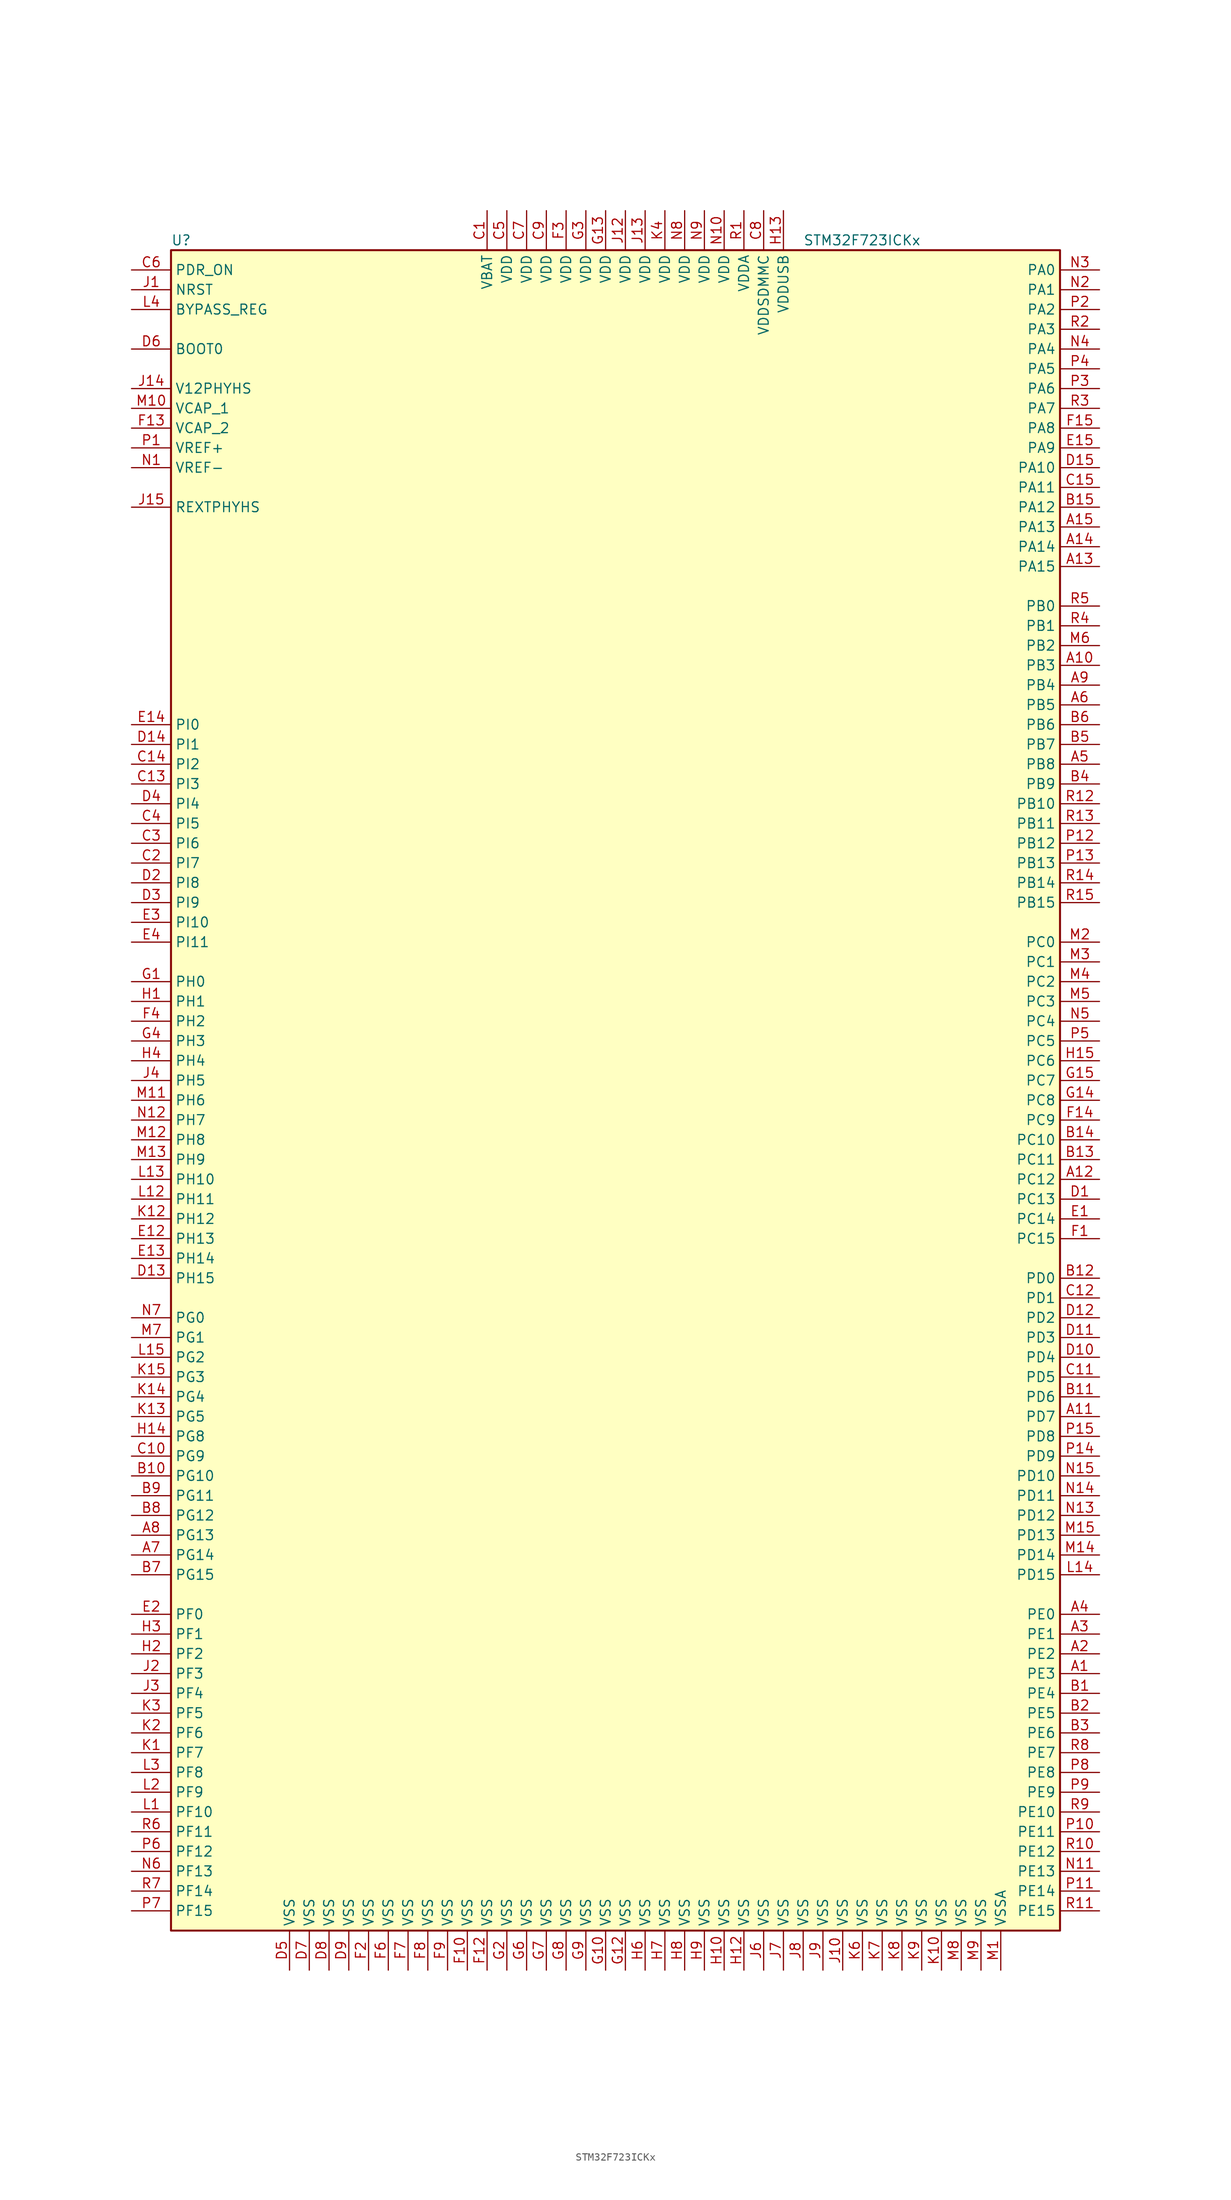
<source format=kicad_sym>
(kicad_symbol_lib
  (version 20201005)
  (generator kicad_symbol_editor)
  (symbol "STM32F723ICKx"
    (property "Reference" "U"
      (at -58.42 107.95 0)
      (effects (font (size 1.27 1.27)) (justify left)))
    (property "Value" "STM32F723ICKx"
      (at 22.86 107.95 0)
      (effects (font (size 1.27 1.27)) (justify left)))
    (symbol "STM32F723ICKx_0_1"
      (rectangle (start -58.42 -109.22) (end 55.88 106.68) (stroke (width 0.254)) (fill (type background))))
    (symbol "STM32F723ICKx_1_1"
      (pin input line (at -63.5 93.98 0) (length 5.08) (name "BOOT0" (effects (font (size 1.27 1.27)))) (number "D6" (effects (font (size 1.27 1.27)))))
      (pin input line (at -63.5 99.06 0) (length 5.08) (name "BYPASS_REG" (effects (font (size 1.27 1.27)))) (number "L4" (effects (font (size 1.27 1.27)))))
      (pin input line (at -63.5 101.6 0) (length 5.08) (name "NRST" (effects (font (size 1.27 1.27)))) (number "J1" (effects (font (size 1.27 1.27)))))
      (pin bidirectional line (at 60.96 104.14 180) (length 5.08) (name "PA0" (effects (font (size 1.27 1.27)))) (number "N3" (effects (font (size 1.27 1.27)))))
      (pin bidirectional line (at 60.96 101.6 180) (length 5.08) (name "PA1" (effects (font (size 1.27 1.27)))) (number "N2" (effects (font (size 1.27 1.27)))))
      (pin bidirectional line (at 60.96 78.74 180) (length 5.08) (name "PA10" (effects (font (size 1.27 1.27)))) (number "D15" (effects (font (size 1.27 1.27)))))
      (pin bidirectional line (at 60.96 76.2 180) (length 5.08) (name "PA11" (effects (font (size 1.27 1.27)))) (number "C15" (effects (font (size 1.27 1.27)))))
      (pin bidirectional line (at 60.96 73.66 180) (length 5.08) (name "PA12" (effects (font (size 1.27 1.27)))) (number "B15" (effects (font (size 1.27 1.27)))))
      (pin bidirectional line (at 60.96 71.12 180) (length 5.08) (name "PA13" (effects (font (size 1.27 1.27)))) (number "A15" (effects (font (size 1.27 1.27)))))
      (pin bidirectional line (at 60.96 68.58 180) (length 5.08) (name "PA14" (effects (font (size 1.27 1.27)))) (number "A14" (effects (font (size 1.27 1.27)))))
      (pin bidirectional line (at 60.96 66.04 180) (length 5.08) (name "PA15" (effects (font (size 1.27 1.27)))) (number "A13" (effects (font (size 1.27 1.27)))))
      (pin bidirectional line (at 60.96 99.06 180) (length 5.08) (name "PA2" (effects (font (size 1.27 1.27)))) (number "P2" (effects (font (size 1.27 1.27)))))
      (pin bidirectional line (at 60.96 96.52 180) (length 5.08) (name "PA3" (effects (font (size 1.27 1.27)))) (number "R2" (effects (font (size 1.27 1.27)))))
      (pin bidirectional line (at 60.96 93.98 180) (length 5.08) (name "PA4" (effects (font (size 1.27 1.27)))) (number "N4" (effects (font (size 1.27 1.27)))))
      (pin bidirectional line (at 60.96 91.44 180) (length 5.08) (name "PA5" (effects (font (size 1.27 1.27)))) (number "P4" (effects (font (size 1.27 1.27)))))
      (pin bidirectional line (at 60.96 88.9 180) (length 5.08) (name "PA6" (effects (font (size 1.27 1.27)))) (number "P3" (effects (font (size 1.27 1.27)))))
      (pin bidirectional line (at 60.96 86.36 180) (length 5.08) (name "PA7" (effects (font (size 1.27 1.27)))) (number "R3" (effects (font (size 1.27 1.27)))))
      (pin bidirectional line (at 60.96 83.82 180) (length 5.08) (name "PA8" (effects (font (size 1.27 1.27)))) (number "F15" (effects (font (size 1.27 1.27)))))
      (pin bidirectional line (at 60.96 81.28 180) (length 5.08) (name "PA9" (effects (font (size 1.27 1.27)))) (number "E15" (effects (font (size 1.27 1.27)))))
      (pin bidirectional line (at 60.96 60.96 180) (length 5.08) (name "PB0" (effects (font (size 1.27 1.27)))) (number "R5" (effects (font (size 1.27 1.27)))))
      (pin bidirectional line (at 60.96 58.42 180) (length 5.08) (name "PB1" (effects (font (size 1.27 1.27)))) (number "R4" (effects (font (size 1.27 1.27)))))
      (pin bidirectional line (at 60.96 35.56 180) (length 5.08) (name "PB10" (effects (font (size 1.27 1.27)))) (number "R12" (effects (font (size 1.27 1.27)))))
      (pin bidirectional line (at 60.96 33.02 180) (length 5.08) (name "PB11" (effects (font (size 1.27 1.27)))) (number "R13" (effects (font (size 1.27 1.27)))))
      (pin bidirectional line (at 60.96 30.48 180) (length 5.08) (name "PB12" (effects (font (size 1.27 1.27)))) (number "P12" (effects (font (size 1.27 1.27)))))
      (pin bidirectional line (at 60.96 27.94 180) (length 5.08) (name "PB13" (effects (font (size 1.27 1.27)))) (number "P13" (effects (font (size 1.27 1.27)))))
      (pin bidirectional line (at 60.96 25.4 180) (length 5.08) (name "PB14" (effects (font (size 1.27 1.27)))) (number "R14" (effects (font (size 1.27 1.27)))))
      (pin bidirectional line (at 60.96 22.86 180) (length 5.08) (name "PB15" (effects (font (size 1.27 1.27)))) (number "R15" (effects (font (size 1.27 1.27)))))
      (pin bidirectional line (at 60.96 55.88 180) (length 5.08) (name "PB2" (effects (font (size 1.27 1.27)))) (number "M6" (effects (font (size 1.27 1.27)))))
      (pin bidirectional line (at 60.96 53.34 180) (length 5.08) (name "PB3" (effects (font (size 1.27 1.27)))) (number "A10" (effects (font (size 1.27 1.27)))))
      (pin bidirectional line (at 60.96 50.8 180) (length 5.08) (name "PB4" (effects (font (size 1.27 1.27)))) (number "A9" (effects (font (size 1.27 1.27)))))
      (pin bidirectional line (at 60.96 48.26 180) (length 5.08) (name "PB5" (effects (font (size 1.27 1.27)))) (number "A6" (effects (font (size 1.27 1.27)))))
      (pin bidirectional line (at 60.96 45.72 180) (length 5.08) (name "PB6" (effects (font (size 1.27 1.27)))) (number "B6" (effects (font (size 1.27 1.27)))))
      (pin bidirectional line (at 60.96 43.18 180) (length 5.08) (name "PB7" (effects (font (size 1.27 1.27)))) (number "B5" (effects (font (size 1.27 1.27)))))
      (pin bidirectional line (at 60.96 40.64 180) (length 5.08) (name "PB8" (effects (font (size 1.27 1.27)))) (number "A5" (effects (font (size 1.27 1.27)))))
      (pin bidirectional line (at 60.96 38.1 180) (length 5.08) (name "PB9" (effects (font (size 1.27 1.27)))) (number "B4" (effects (font (size 1.27 1.27)))))
      (pin bidirectional line (at 60.96 17.78 180) (length 5.08) (name "PC0" (effects (font (size 1.27 1.27)))) (number "M2" (effects (font (size 1.27 1.27)))))
      (pin bidirectional line (at 60.96 15.24 180) (length 5.08) (name "PC1" (effects (font (size 1.27 1.27)))) (number "M3" (effects (font (size 1.27 1.27)))))
      (pin bidirectional line (at 60.96 -7.62 180) (length 5.08) (name "PC10" (effects (font (size 1.27 1.27)))) (number "B14" (effects (font (size 1.27 1.27)))))
      (pin bidirectional line (at 60.96 -10.16 180) (length 5.08) (name "PC11" (effects (font (size 1.27 1.27)))) (number "B13" (effects (font (size 1.27 1.27)))))
      (pin bidirectional line (at 60.96 -12.7 180) (length 5.08) (name "PC12" (effects (font (size 1.27 1.27)))) (number "A12" (effects (font (size 1.27 1.27)))))
      (pin bidirectional line (at 60.96 -15.24 180) (length 5.08) (name "PC13" (effects (font (size 1.27 1.27)))) (number "D1" (effects (font (size 1.27 1.27)))))
      (pin bidirectional line (at 60.96 -17.78 180) (length 5.08) (name "PC14" (effects (font (size 1.27 1.27)))) (number "E1" (effects (font (size 1.27 1.27)))))
      (pin bidirectional line (at 60.96 -20.32 180) (length 5.08) (name "PC15" (effects (font (size 1.27 1.27)))) (number "F1" (effects (font (size 1.27 1.27)))))
      (pin bidirectional line (at 60.96 12.7 180) (length 5.08) (name "PC2" (effects (font (size 1.27 1.27)))) (number "M4" (effects (font (size 1.27 1.27)))))
      (pin bidirectional line (at 60.96 10.16 180) (length 5.08) (name "PC3" (effects (font (size 1.27 1.27)))) (number "M5" (effects (font (size 1.27 1.27)))))
      (pin bidirectional line (at 60.96 7.62 180) (length 5.08) (name "PC4" (effects (font (size 1.27 1.27)))) (number "N5" (effects (font (size 1.27 1.27)))))
      (pin bidirectional line (at 60.96 5.08 180) (length 5.08) (name "PC5" (effects (font (size 1.27 1.27)))) (number "P5" (effects (font (size 1.27 1.27)))))
      (pin bidirectional line (at 60.96 2.54 180) (length 5.08) (name "PC6" (effects (font (size 1.27 1.27)))) (number "H15" (effects (font (size 1.27 1.27)))))
      (pin bidirectional line (at 60.96 0 180) (length 5.08) (name "PC7" (effects (font (size 1.27 1.27)))) (number "G15" (effects (font (size 1.27 1.27)))))
      (pin bidirectional line (at 60.96 -2.54 180) (length 5.08) (name "PC8" (effects (font (size 1.27 1.27)))) (number "G14" (effects (font (size 1.27 1.27)))))
      (pin bidirectional line (at 60.96 -5.08 180) (length 5.08) (name "PC9" (effects (font (size 1.27 1.27)))) (number "F14" (effects (font (size 1.27 1.27)))))
      (pin bidirectional line (at 60.96 -25.4 180) (length 5.08) (name "PD0" (effects (font (size 1.27 1.27)))) (number "B12" (effects (font (size 1.27 1.27)))))
      (pin bidirectional line (at 60.96 -27.94 180) (length 5.08) (name "PD1" (effects (font (size 1.27 1.27)))) (number "C12" (effects (font (size 1.27 1.27)))))
      (pin bidirectional line (at 60.96 -50.8 180) (length 5.08) (name "PD10" (effects (font (size 1.27 1.27)))) (number "N15" (effects (font (size 1.27 1.27)))))
      (pin bidirectional line (at 60.96 -53.34 180) (length 5.08) (name "PD11" (effects (font (size 1.27 1.27)))) (number "N14" (effects (font (size 1.27 1.27)))))
      (pin bidirectional line (at 60.96 -55.88 180) (length 5.08) (name "PD12" (effects (font (size 1.27 1.27)))) (number "N13" (effects (font (size 1.27 1.27)))))
      (pin bidirectional line (at 60.96 -58.42 180) (length 5.08) (name "PD13" (effects (font (size 1.27 1.27)))) (number "M15" (effects (font (size 1.27 1.27)))))
      (pin bidirectional line (at 60.96 -60.96 180) (length 5.08) (name "PD14" (effects (font (size 1.27 1.27)))) (number "M14" (effects (font (size 1.27 1.27)))))
      (pin bidirectional line (at 60.96 -63.5 180) (length 5.08) (name "PD15" (effects (font (size 1.27 1.27)))) (number "L14" (effects (font (size 1.27 1.27)))))
      (pin bidirectional line (at 60.96 -30.48 180) (length 5.08) (name "PD2" (effects (font (size 1.27 1.27)))) (number "D12" (effects (font (size 1.27 1.27)))))
      (pin bidirectional line (at 60.96 -33.02 180) (length 5.08) (name "PD3" (effects (font (size 1.27 1.27)))) (number "D11" (effects (font (size 1.27 1.27)))))
      (pin bidirectional line (at 60.96 -35.56 180) (length 5.08) (name "PD4" (effects (font (size 1.27 1.27)))) (number "D10" (effects (font (size 1.27 1.27)))))
      (pin bidirectional line (at 60.96 -38.1 180) (length 5.08) (name "PD5" (effects (font (size 1.27 1.27)))) (number "C11" (effects (font (size 1.27 1.27)))))
      (pin bidirectional line (at 60.96 -40.64 180) (length 5.08) (name "PD6" (effects (font (size 1.27 1.27)))) (number "B11" (effects (font (size 1.27 1.27)))))
      (pin bidirectional line (at 60.96 -43.18 180) (length 5.08) (name "PD7" (effects (font (size 1.27 1.27)))) (number "A11" (effects (font (size 1.27 1.27)))))
      (pin bidirectional line (at 60.96 -45.72 180) (length 5.08) (name "PD8" (effects (font (size 1.27 1.27)))) (number "P15" (effects (font (size 1.27 1.27)))))
      (pin bidirectional line (at 60.96 -48.26 180) (length 5.08) (name "PD9" (effects (font (size 1.27 1.27)))) (number "P14" (effects (font (size 1.27 1.27)))))
      (pin input line (at -63.5 104.14 0) (length 5.08) (name "PDR_ON" (effects (font (size 1.27 1.27)))) (number "C6" (effects (font (size 1.27 1.27)))))
      (pin bidirectional line (at 60.96 -68.58 180) (length 5.08) (name "PE0" (effects (font (size 1.27 1.27)))) (number "A4" (effects (font (size 1.27 1.27)))))
      (pin bidirectional line (at 60.96 -71.12 180) (length 5.08) (name "PE1" (effects (font (size 1.27 1.27)))) (number "A3" (effects (font (size 1.27 1.27)))))
      (pin bidirectional line (at 60.96 -93.98 180) (length 5.08) (name "PE10" (effects (font (size 1.27 1.27)))) (number "R9" (effects (font (size 1.27 1.27)))))
      (pin bidirectional line (at 60.96 -96.52 180) (length 5.08) (name "PE11" (effects (font (size 1.27 1.27)))) (number "P10" (effects (font (size 1.27 1.27)))))
      (pin bidirectional line (at 60.96 -99.06 180) (length 5.08) (name "PE12" (effects (font (size 1.27 1.27)))) (number "R10" (effects (font (size 1.27 1.27)))))
      (pin bidirectional line (at 60.96 -101.6 180) (length 5.08) (name "PE13" (effects (font (size 1.27 1.27)))) (number "N11" (effects (font (size 1.27 1.27)))))
      (pin bidirectional line (at 60.96 -104.14 180) (length 5.08) (name "PE14" (effects (font (size 1.27 1.27)))) (number "P11" (effects (font (size 1.27 1.27)))))
      (pin bidirectional line (at 60.96 -106.68 180) (length 5.08) (name "PE15" (effects (font (size 1.27 1.27)))) (number "R11" (effects (font (size 1.27 1.27)))))
      (pin bidirectional line (at 60.96 -73.66 180) (length 5.08) (name "PE2" (effects (font (size 1.27 1.27)))) (number "A2" (effects (font (size 1.27 1.27)))))
      (pin bidirectional line (at 60.96 -76.2 180) (length 5.08) (name "PE3" (effects (font (size 1.27 1.27)))) (number "A1" (effects (font (size 1.27 1.27)))))
      (pin bidirectional line (at 60.96 -78.74 180) (length 5.08) (name "PE4" (effects (font (size 1.27 1.27)))) (number "B1" (effects (font (size 1.27 1.27)))))
      (pin bidirectional line (at 60.96 -81.28 180) (length 5.08) (name "PE5" (effects (font (size 1.27 1.27)))) (number "B2" (effects (font (size 1.27 1.27)))))
      (pin bidirectional line (at 60.96 -83.82 180) (length 5.08) (name "PE6" (effects (font (size 1.27 1.27)))) (number "B3" (effects (font (size 1.27 1.27)))))
      (pin bidirectional line (at 60.96 -86.36 180) (length 5.08) (name "PE7" (effects (font (size 1.27 1.27)))) (number "R8" (effects (font (size 1.27 1.27)))))
      (pin bidirectional line (at 60.96 -88.9 180) (length 5.08) (name "PE8" (effects (font (size 1.27 1.27)))) (number "P8" (effects (font (size 1.27 1.27)))))
      (pin bidirectional line (at 60.96 -91.44 180) (length 5.08) (name "PE9" (effects (font (size 1.27 1.27)))) (number "P9" (effects (font (size 1.27 1.27)))))
      (pin bidirectional line (at -63.5 -68.58 0) (length 5.08) (name "PF0" (effects (font (size 1.27 1.27)))) (number "E2" (effects (font (size 1.27 1.27)))))
      (pin bidirectional line (at -63.5 -71.12 0) (length 5.08) (name "PF1" (effects (font (size 1.27 1.27)))) (number "H3" (effects (font (size 1.27 1.27)))))
      (pin bidirectional line (at -63.5 -93.98 0) (length 5.08) (name "PF10" (effects (font (size 1.27 1.27)))) (number "L1" (effects (font (size 1.27 1.27)))))
      (pin bidirectional line (at -63.5 -96.52 0) (length 5.08) (name "PF11" (effects (font (size 1.27 1.27)))) (number "R6" (effects (font (size 1.27 1.27)))))
      (pin bidirectional line (at -63.5 -99.06 0) (length 5.08) (name "PF12" (effects (font (size 1.27 1.27)))) (number "P6" (effects (font (size 1.27 1.27)))))
      (pin bidirectional line (at -63.5 -101.6 0) (length 5.08) (name "PF13" (effects (font (size 1.27 1.27)))) (number "N6" (effects (font (size 1.27 1.27)))))
      (pin bidirectional line (at -63.5 -104.14 0) (length 5.08) (name "PF14" (effects (font (size 1.27 1.27)))) (number "R7" (effects (font (size 1.27 1.27)))))
      (pin bidirectional line (at -63.5 -106.68 0) (length 5.08) (name "PF15" (effects (font (size 1.27 1.27)))) (number "P7" (effects (font (size 1.27 1.27)))))
      (pin bidirectional line (at -63.5 -73.66 0) (length 5.08) (name "PF2" (effects (font (size 1.27 1.27)))) (number "H2" (effects (font (size 1.27 1.27)))))
      (pin bidirectional line (at -63.5 -76.2 0) (length 5.08) (name "PF3" (effects (font (size 1.27 1.27)))) (number "J2" (effects (font (size 1.27 1.27)))))
      (pin bidirectional line (at -63.5 -78.74 0) (length 5.08) (name "PF4" (effects (font (size 1.27 1.27)))) (number "J3" (effects (font (size 1.27 1.27)))))
      (pin bidirectional line (at -63.5 -81.28 0) (length 5.08) (name "PF5" (effects (font (size 1.27 1.27)))) (number "K3" (effects (font (size 1.27 1.27)))))
      (pin bidirectional line (at -63.5 -83.82 0) (length 5.08) (name "PF6" (effects (font (size 1.27 1.27)))) (number "K2" (effects (font (size 1.27 1.27)))))
      (pin bidirectional line (at -63.5 -86.36 0) (length 5.08) (name "PF7" (effects (font (size 1.27 1.27)))) (number "K1" (effects (font (size 1.27 1.27)))))
      (pin bidirectional line (at -63.5 -88.9 0) (length 5.08) (name "PF8" (effects (font (size 1.27 1.27)))) (number "L3" (effects (font (size 1.27 1.27)))))
      (pin bidirectional line (at -63.5 -91.44 0) (length 5.08) (name "PF9" (effects (font (size 1.27 1.27)))) (number "L2" (effects (font (size 1.27 1.27)))))
      (pin bidirectional line (at -63.5 -30.48 0) (length 5.08) (name "PG0" (effects (font (size 1.27 1.27)))) (number "N7" (effects (font (size 1.27 1.27)))))
      (pin bidirectional line (at -63.5 -33.02 0) (length 5.08) (name "PG1" (effects (font (size 1.27 1.27)))) (number "M7" (effects (font (size 1.27 1.27)))))
      (pin bidirectional line (at -63.5 -50.8 0) (length 5.08) (name "PG10" (effects (font (size 1.27 1.27)))) (number "B10" (effects (font (size 1.27 1.27)))))
      (pin bidirectional line (at -63.5 -53.34 0) (length 5.08) (name "PG11" (effects (font (size 1.27 1.27)))) (number "B9" (effects (font (size 1.27 1.27)))))
      (pin bidirectional line (at -63.5 -55.88 0) (length 5.08) (name "PG12" (effects (font (size 1.27 1.27)))) (number "B8" (effects (font (size 1.27 1.27)))))
      (pin bidirectional line (at -63.5 -58.42 0) (length 5.08) (name "PG13" (effects (font (size 1.27 1.27)))) (number "A8" (effects (font (size 1.27 1.27)))))
      (pin bidirectional line (at -63.5 -60.96 0) (length 5.08) (name "PG14" (effects (font (size 1.27 1.27)))) (number "A7" (effects (font (size 1.27 1.27)))))
      (pin bidirectional line (at -63.5 -63.5 0) (length 5.08) (name "PG15" (effects (font (size 1.27 1.27)))) (number "B7" (effects (font (size 1.27 1.27)))))
      (pin bidirectional line (at -63.5 -35.56 0) (length 5.08) (name "PG2" (effects (font (size 1.27 1.27)))) (number "L15" (effects (font (size 1.27 1.27)))))
      (pin bidirectional line (at -63.5 -38.1 0) (length 5.08) (name "PG3" (effects (font (size 1.27 1.27)))) (number "K15" (effects (font (size 1.27 1.27)))))
      (pin bidirectional line (at -63.5 -40.64 0) (length 5.08) (name "PG4" (effects (font (size 1.27 1.27)))) (number "K14" (effects (font (size 1.27 1.27)))))
      (pin bidirectional line (at -63.5 -43.18 0) (length 5.08) (name "PG5" (effects (font (size 1.27 1.27)))) (number "K13" (effects (font (size 1.27 1.27)))))
      (pin bidirectional line (at -63.5 -45.72 0) (length 5.08) (name "PG8" (effects (font (size 1.27 1.27)))) (number "H14" (effects (font (size 1.27 1.27)))))
      (pin bidirectional line (at -63.5 -48.26 0) (length 5.08) (name "PG9" (effects (font (size 1.27 1.27)))) (number "C10" (effects (font (size 1.27 1.27)))))
      (pin input line (at -63.5 12.7 0) (length 5.08) (name "PH0" (effects (font (size 1.27 1.27)))) (number "G1" (effects (font (size 1.27 1.27)))))
      (pin input line (at -63.5 10.16 0) (length 5.08) (name "PH1" (effects (font (size 1.27 1.27)))) (number "H1" (effects (font (size 1.27 1.27)))))
      (pin bidirectional line (at -63.5 -12.7 0) (length 5.08) (name "PH10" (effects (font (size 1.27 1.27)))) (number "L13" (effects (font (size 1.27 1.27)))))
      (pin bidirectional line (at -63.5 -15.24 0) (length 5.08) (name "PH11" (effects (font (size 1.27 1.27)))) (number "L12" (effects (font (size 1.27 1.27)))))
      (pin bidirectional line (at -63.5 -17.78 0) (length 5.08) (name "PH12" (effects (font (size 1.27 1.27)))) (number "K12" (effects (font (size 1.27 1.27)))))
      (pin bidirectional line (at -63.5 -20.32 0) (length 5.08) (name "PH13" (effects (font (size 1.27 1.27)))) (number "E12" (effects (font (size 1.27 1.27)))))
      (pin bidirectional line (at -63.5 -22.86 0) (length 5.08) (name "PH14" (effects (font (size 1.27 1.27)))) (number "E13" (effects (font (size 1.27 1.27)))))
      (pin bidirectional line (at -63.5 -25.4 0) (length 5.08) (name "PH15" (effects (font (size 1.27 1.27)))) (number "D13" (effects (font (size 1.27 1.27)))))
      (pin bidirectional line (at -63.5 7.62 0) (length 5.08) (name "PH2" (effects (font (size 1.27 1.27)))) (number "F4" (effects (font (size 1.27 1.27)))))
      (pin bidirectional line (at -63.5 5.08 0) (length 5.08) (name "PH3" (effects (font (size 1.27 1.27)))) (number "G4" (effects (font (size 1.27 1.27)))))
      (pin bidirectional line (at -63.5 2.54 0) (length 5.08) (name "PH4" (effects (font (size 1.27 1.27)))) (number "H4" (effects (font (size 1.27 1.27)))))
      (pin bidirectional line (at -63.5 0 0) (length 5.08) (name "PH5" (effects (font (size 1.27 1.27)))) (number "J4" (effects (font (size 1.27 1.27)))))
      (pin bidirectional line (at -63.5 -2.54 0) (length 5.08) (name "PH6" (effects (font (size 1.27 1.27)))) (number "M11" (effects (font (size 1.27 1.27)))))
      (pin bidirectional line (at -63.5 -5.08 0) (length 5.08) (name "PH7" (effects (font (size 1.27 1.27)))) (number "N12" (effects (font (size 1.27 1.27)))))
      (pin bidirectional line (at -63.5 -7.62 0) (length 5.08) (name "PH8" (effects (font (size 1.27 1.27)))) (number "M12" (effects (font (size 1.27 1.27)))))
      (pin bidirectional line (at -63.5 -10.16 0) (length 5.08) (name "PH9" (effects (font (size 1.27 1.27)))) (number "M13" (effects (font (size 1.27 1.27)))))
      (pin bidirectional line (at -63.5 45.72 0) (length 5.08) (name "PI0" (effects (font (size 1.27 1.27)))) (number "E14" (effects (font (size 1.27 1.27)))))
      (pin bidirectional line (at -63.5 43.18 0) (length 5.08) (name "PI1" (effects (font (size 1.27 1.27)))) (number "D14" (effects (font (size 1.27 1.27)))))
      (pin bidirectional line (at -63.5 20.32 0) (length 5.08) (name "PI10" (effects (font (size 1.27 1.27)))) (number "E3" (effects (font (size 1.27 1.27)))))
      (pin bidirectional line (at -63.5 17.78 0) (length 5.08) (name "PI11" (effects (font (size 1.27 1.27)))) (number "E4" (effects (font (size 1.27 1.27)))))
      (pin bidirectional line (at -63.5 40.64 0) (length 5.08) (name "PI2" (effects (font (size 1.27 1.27)))) (number "C14" (effects (font (size 1.27 1.27)))))
      (pin bidirectional line (at -63.5 38.1 0) (length 5.08) (name "PI3" (effects (font (size 1.27 1.27)))) (number "C13" (effects (font (size 1.27 1.27)))))
      (pin bidirectional line (at -63.5 35.56 0) (length 5.08) (name "PI4" (effects (font (size 1.27 1.27)))) (number "D4" (effects (font (size 1.27 1.27)))))
      (pin bidirectional line (at -63.5 33.02 0) (length 5.08) (name "PI5" (effects (font (size 1.27 1.27)))) (number "C4" (effects (font (size 1.27 1.27)))))
      (pin bidirectional line (at -63.5 30.48 0) (length 5.08) (name "PI6" (effects (font (size 1.27 1.27)))) (number "C3" (effects (font (size 1.27 1.27)))))
      (pin bidirectional line (at -63.5 27.94 0) (length 5.08) (name "PI7" (effects (font (size 1.27 1.27)))) (number "C2" (effects (font (size 1.27 1.27)))))
      (pin bidirectional line (at -63.5 25.4 0) (length 5.08) (name "PI8" (effects (font (size 1.27 1.27)))) (number "D2" (effects (font (size 1.27 1.27)))))
      (pin bidirectional line (at -63.5 22.86 0) (length 5.08) (name "PI9" (effects (font (size 1.27 1.27)))) (number "D3" (effects (font (size 1.27 1.27)))))
      (pin bidirectional line (at -63.5 73.66 0) (length 5.08) (name "REXTPHYHS" (effects (font (size 1.27 1.27)))) (number "J15" (effects (font (size 1.27 1.27)))))
      (pin power_in line (at -63.5 88.9 0) (length 5.08) (name "V12PHYHS" (effects (font (size 1.27 1.27)))) (number "J14" (effects (font (size 1.27 1.27)))))
      (pin power_in line (at -17.78 111.76 270) (length 5.08) (name "VBAT" (effects (font (size 1.27 1.27)))) (number "C1" (effects (font (size 1.27 1.27)))))
      (pin power_in line (at -63.5 86.36 0) (length 5.08) (name "VCAP_1" (effects (font (size 1.27 1.27)))) (number "M10" (effects (font (size 1.27 1.27)))))
      (pin power_in line (at -63.5 83.82 0) (length 5.08) (name "VCAP_2" (effects (font (size 1.27 1.27)))) (number "F13" (effects (font (size 1.27 1.27)))))
      (pin power_in line (at -15.24 111.76 270) (length 5.08) (name "VDD" (effects (font (size 1.27 1.27)))) (number "C5" (effects (font (size 1.27 1.27)))))
      (pin power_in line (at -12.7 111.76 270) (length 5.08) (name "VDD" (effects (font (size 1.27 1.27)))) (number "C7" (effects (font (size 1.27 1.27)))))
      (pin power_in line (at -10.16 111.76 270) (length 5.08) (name "VDD" (effects (font (size 1.27 1.27)))) (number "C9" (effects (font (size 1.27 1.27)))))
      (pin power_in line (at -7.62 111.76 270) (length 5.08) (name "VDD" (effects (font (size 1.27 1.27)))) (number "F3" (effects (font (size 1.27 1.27)))))
      (pin power_in line (at -2.54 111.76 270) (length 5.08) (name "VDD" (effects (font (size 1.27 1.27)))) (number "G13" (effects (font (size 1.27 1.27)))))
      (pin power_in line (at -5.08 111.76 270) (length 5.08) (name "VDD" (effects (font (size 1.27 1.27)))) (number "G3" (effects (font (size 1.27 1.27)))))
      (pin power_in line (at 0 111.76 270) (length 5.08) (name "VDD" (effects (font (size 1.27 1.27)))) (number "J12" (effects (font (size 1.27 1.27)))))
      (pin power_in line (at 2.54 111.76 270) (length 5.08) (name "VDD" (effects (font (size 1.27 1.27)))) (number "J13" (effects (font (size 1.27 1.27)))))
      (pin power_in line (at 5.08 111.76 270) (length 5.08) (name "VDD" (effects (font (size 1.27 1.27)))) (number "K4" (effects (font (size 1.27 1.27)))))
      (pin power_in line (at 12.7 111.76 270) (length 5.08) (name "VDD" (effects (font (size 1.27 1.27)))) (number "N10" (effects (font (size 1.27 1.27)))))
      (pin power_in line (at 7.62 111.76 270) (length 5.08) (name "VDD" (effects (font (size 1.27 1.27)))) (number "N8" (effects (font (size 1.27 1.27)))))
      (pin power_in line (at 10.16 111.76 270) (length 5.08) (name "VDD" (effects (font (size 1.27 1.27)))) (number "N9" (effects (font (size 1.27 1.27)))))
      (pin power_in line (at 15.24 111.76 270) (length 5.08) (name "VDDA" (effects (font (size 1.27 1.27)))) (number "R1" (effects (font (size 1.27 1.27)))))
      (pin power_in line (at 17.78 111.76 270) (length 5.08) (name "VDDSDMMC" (effects (font (size 1.27 1.27)))) (number "C8" (effects (font (size 1.27 1.27)))))
      (pin power_in line (at 20.32 111.76 270) (length 5.08) (name "VDDUSB" (effects (font (size 1.27 1.27)))) (number "H13" (effects (font (size 1.27 1.27)))))
      (pin power_in line (at -63.5 81.28 0) (length 5.08) (name "VREF+" (effects (font (size 1.27 1.27)))) (number "P1" (effects (font (size 1.27 1.27)))))
      (pin power_in line (at -63.5 78.74 0) (length 5.08) (name "VREF-" (effects (font (size 1.27 1.27)))) (number "N1" (effects (font (size 1.27 1.27)))))
      (pin power_in line (at -43.18 -114.3 90) (length 5.08) (name "VSS" (effects (font (size 1.27 1.27)))) (number "D5" (effects (font (size 1.27 1.27)))))
      (pin power_in line (at -40.64 -114.3 90) (length 5.08) (name "VSS" (effects (font (size 1.27 1.27)))) (number "D7" (effects (font (size 1.27 1.27)))))
      (pin power_in line (at -38.1 -114.3 90) (length 5.08) (name "VSS" (effects (font (size 1.27 1.27)))) (number "D8" (effects (font (size 1.27 1.27)))))
      (pin power_in line (at -35.56 -114.3 90) (length 5.08) (name "VSS" (effects (font (size 1.27 1.27)))) (number "D9" (effects (font (size 1.27 1.27)))))
      (pin power_in line (at -20.32 -114.3 90) (length 5.08) (name "VSS" (effects (font (size 1.27 1.27)))) (number "F10" (effects (font (size 1.27 1.27)))))
      (pin power_in line (at -17.78 -114.3 90) (length 5.08) (name "VSS" (effects (font (size 1.27 1.27)))) (number "F12" (effects (font (size 1.27 1.27)))))
      (pin power_in line (at -33.02 -114.3 90) (length 5.08) (name "VSS" (effects (font (size 1.27 1.27)))) (number "F2" (effects (font (size 1.27 1.27)))))
      (pin power_in line (at -30.48 -114.3 90) (length 5.08) (name "VSS" (effects (font (size 1.27 1.27)))) (number "F6" (effects (font (size 1.27 1.27)))))
      (pin power_in line (at -27.94 -114.3 90) (length 5.08) (name "VSS" (effects (font (size 1.27 1.27)))) (number "F7" (effects (font (size 1.27 1.27)))))
      (pin power_in line (at -25.4 -114.3 90) (length 5.08) (name "VSS" (effects (font (size 1.27 1.27)))) (number "F8" (effects (font (size 1.27 1.27)))))
      (pin power_in line (at -22.86 -114.3 90) (length 5.08) (name "VSS" (effects (font (size 1.27 1.27)))) (number "F9" (effects (font (size 1.27 1.27)))))
      (pin power_in line (at -2.54 -114.3 90) (length 5.08) (name "VSS" (effects (font (size 1.27 1.27)))) (number "G10" (effects (font (size 1.27 1.27)))))
      (pin power_in line (at 0 -114.3 90) (length 5.08) (name "VSS" (effects (font (size 1.27 1.27)))) (number "G12" (effects (font (size 1.27 1.27)))))
      (pin power_in line (at -15.24 -114.3 90) (length 5.08) (name "VSS" (effects (font (size 1.27 1.27)))) (number "G2" (effects (font (size 1.27 1.27)))))
      (pin power_in line (at -12.7 -114.3 90) (length 5.08) (name "VSS" (effects (font (size 1.27 1.27)))) (number "G6" (effects (font (size 1.27 1.27)))))
      (pin power_in line (at -10.16 -114.3 90) (length 5.08) (name "VSS" (effects (font (size 1.27 1.27)))) (number "G7" (effects (font (size 1.27 1.27)))))
      (pin power_in line (at -7.62 -114.3 90) (length 5.08) (name "VSS" (effects (font (size 1.27 1.27)))) (number "G8" (effects (font (size 1.27 1.27)))))
      (pin power_in line (at -5.08 -114.3 90) (length 5.08) (name "VSS" (effects (font (size 1.27 1.27)))) (number "G9" (effects (font (size 1.27 1.27)))))
      (pin power_in line (at 12.7 -114.3 90) (length 5.08) (name "VSS" (effects (font (size 1.27 1.27)))) (number "H10" (effects (font (size 1.27 1.27)))))
      (pin power_in line (at 15.24 -114.3 90) (length 5.08) (name "VSS" (effects (font (size 1.27 1.27)))) (number "H12" (effects (font (size 1.27 1.27)))))
      (pin power_in line (at 2.54 -114.3 90) (length 5.08) (name "VSS" (effects (font (size 1.27 1.27)))) (number "H6" (effects (font (size 1.27 1.27)))))
      (pin power_in line (at 5.08 -114.3 90) (length 5.08) (name "VSS" (effects (font (size 1.27 1.27)))) (number "H7" (effects (font (size 1.27 1.27)))))
      (pin power_in line (at 7.62 -114.3 90) (length 5.08) (name "VSS" (effects (font (size 1.27 1.27)))) (number "H8" (effects (font (size 1.27 1.27)))))
      (pin power_in line (at 10.16 -114.3 90) (length 5.08) (name "VSS" (effects (font (size 1.27 1.27)))) (number "H9" (effects (font (size 1.27 1.27)))))
      (pin power_in line (at 27.94 -114.3 90) (length 5.08) (name "VSS" (effects (font (size 1.27 1.27)))) (number "J10" (effects (font (size 1.27 1.27)))))
      (pin power_in line (at 17.78 -114.3 90) (length 5.08) (name "VSS" (effects (font (size 1.27 1.27)))) (number "J6" (effects (font (size 1.27 1.27)))))
      (pin power_in line (at 20.32 -114.3 90) (length 5.08) (name "VSS" (effects (font (size 1.27 1.27)))) (number "J7" (effects (font (size 1.27 1.27)))))
      (pin power_in line (at 22.86 -114.3 90) (length 5.08) (name "VSS" (effects (font (size 1.27 1.27)))) (number "J8" (effects (font (size 1.27 1.27)))))
      (pin power_in line (at 25.4 -114.3 90) (length 5.08) (name "VSS" (effects (font (size 1.27 1.27)))) (number "J9" (effects (font (size 1.27 1.27)))))
      (pin power_in line (at 40.64 -114.3 90) (length 5.08) (name "VSS" (effects (font (size 1.27 1.27)))) (number "K10" (effects (font (size 1.27 1.27)))))
      (pin power_in line (at 30.48 -114.3 90) (length 5.08) (name "VSS" (effects (font (size 1.27 1.27)))) (number "K6" (effects (font (size 1.27 1.27)))))
      (pin power_in line (at 33.02 -114.3 90) (length 5.08) (name "VSS" (effects (font (size 1.27 1.27)))) (number "K7" (effects (font (size 1.27 1.27)))))
      (pin power_in line (at 35.56 -114.3 90) (length 5.08) (name "VSS" (effects (font (size 1.27 1.27)))) (number "K8" (effects (font (size 1.27 1.27)))))
      (pin power_in line (at 38.1 -114.3 90) (length 5.08) (name "VSS" (effects (font (size 1.27 1.27)))) (number "K9" (effects (font (size 1.27 1.27)))))
      (pin power_in line (at 43.18 -114.3 90) (length 5.08) (name "VSS" (effects (font (size 1.27 1.27)))) (number "M8" (effects (font (size 1.27 1.27)))))
      (pin power_in line (at 45.72 -114.3 90) (length 5.08) (name "VSS" (effects (font (size 1.27 1.27)))) (number "M9" (effects (font (size 1.27 1.27)))))
      (pin power_in line (at 48.26 -114.3 90) (length 5.08) (name "VSSA" (effects (font (size 1.27 1.27)))) (number "M1" (effects (font (size 1.27 1.27))))))))
</source>
